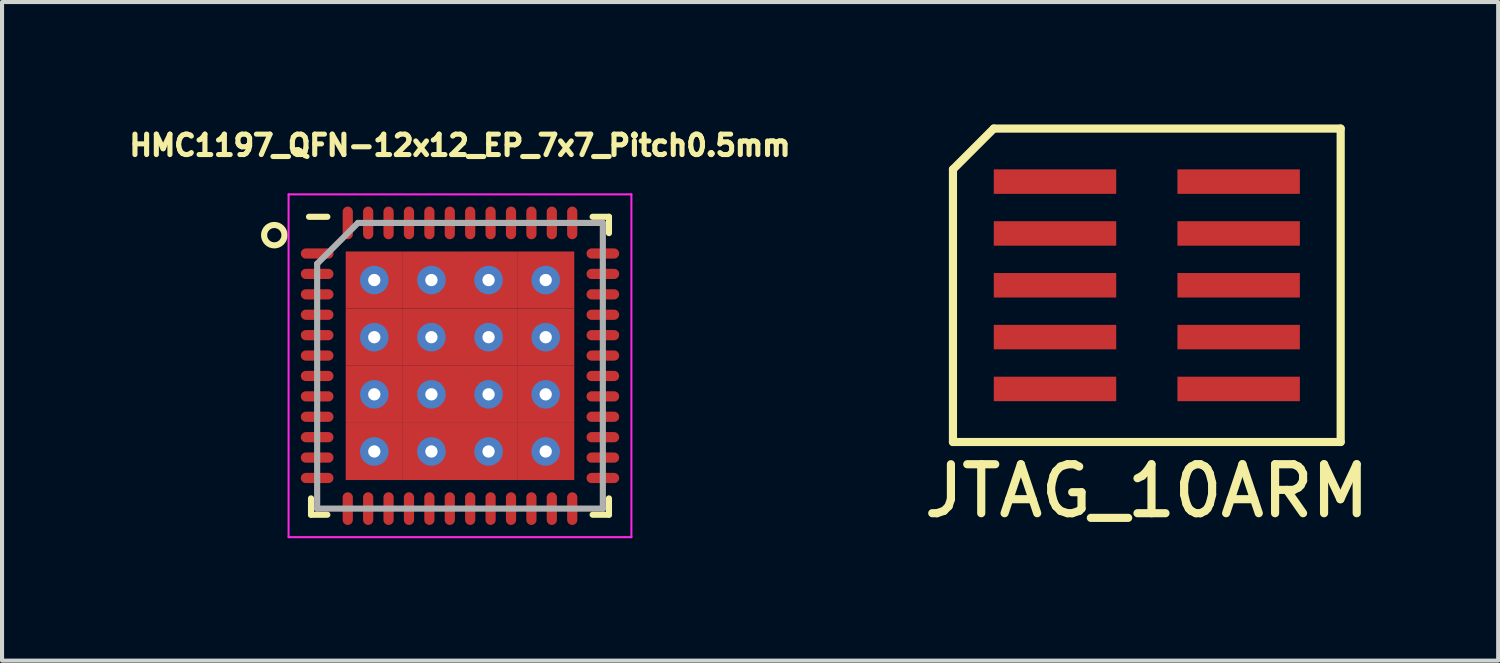
<source format=kicad_pcb>
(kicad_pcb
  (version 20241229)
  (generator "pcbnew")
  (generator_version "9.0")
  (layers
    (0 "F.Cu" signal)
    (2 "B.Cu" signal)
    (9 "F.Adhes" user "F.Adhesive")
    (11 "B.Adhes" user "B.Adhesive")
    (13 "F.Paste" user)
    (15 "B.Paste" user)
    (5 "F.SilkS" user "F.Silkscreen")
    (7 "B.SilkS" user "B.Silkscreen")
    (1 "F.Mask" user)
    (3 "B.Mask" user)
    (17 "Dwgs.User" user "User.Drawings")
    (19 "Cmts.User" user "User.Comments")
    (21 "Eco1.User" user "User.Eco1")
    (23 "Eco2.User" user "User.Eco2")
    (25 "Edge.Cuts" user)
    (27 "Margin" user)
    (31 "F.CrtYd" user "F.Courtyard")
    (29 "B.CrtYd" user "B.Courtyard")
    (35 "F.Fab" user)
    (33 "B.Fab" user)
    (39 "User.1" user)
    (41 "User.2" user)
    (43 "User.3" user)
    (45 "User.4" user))
  (footprint "JTAG_10ARM"
    (layer "F.Cu")
    (at 25.05 3.94)
    (property "Reference" "JTAG_10ARM" (at 0 5.04 0) (layer "F.SilkS") (effects (font (size 1.2 1.2) (thickness 0.2))))
    (attr through_hole)
    (fp_line (start -4.75 -2.84) (end -4.75 3.84) (stroke (width 0.2) (type solid)) (layer "F.SilkS"))
    (fp_line (start -4.75 3.84) (end 4.75 3.84) (stroke (width 0.2) (type solid)) (layer "F.SilkS"))
    (fp_line (start -3.75 -3.84) (end -4.75 -2.84) (stroke (width 0.2) (type solid)) (layer "F.SilkS"))
    (fp_line (start 4.75 -3.84) (end -3.75 -3.84) (stroke (width 0.2) (type solid)) (layer "F.SilkS"))
    (fp_line (start 4.75 3.84) (end 4.75 -3.84) (stroke (width 0.2) (type solid)) (layer "F.SilkS"))
    (pad "1" smd rect (at -2.25 -2.54) (size 3 0.6) (layers "F.Cu" "F.Mask" "F.Paste"))
    (pad "2" smd rect (at 2.25 -2.54) (size 3 0.6) (layers "F.Cu" "F.Mask" "F.Paste"))
    (pad "3" smd rect (at -2.25 -1.27) (size 3 0.6) (layers "F.Cu" "F.Mask" "F.Paste"))
    (pad "4" smd rect (at 2.25 -1.27) (size 3 0.6) (layers "F.Cu" "F.Mask" "F.Paste"))
    (pad "5" smd rect (at -2.25 0) (size 3 0.6) (layers "F.Cu" "F.Mask" "F.Paste"))
    (pad "6" smd rect (at 2.25 0) (size 3 0.6) (layers "F.Cu" "F.Mask" "F.Paste"))
    (pad "7" smd rect (at -2.25 1.27) (size 3 0.6) (layers "F.Cu" "F.Mask" "F.Paste"))
    (pad "8" smd rect (at 2.25 1.27) (size 3 0.6) (layers "F.Cu" "F.Mask" "F.Paste"))
    (pad "9" smd rect (at -2.25 2.54) (size 3 0.6) (layers "F.Cu" "F.Mask" "F.Paste"))
    (pad "10" smd rect (at 2.25 2.54) (size 3 0.6) (layers "F.Cu" "F.Mask" "F.Paste")))
  (footprint "HMC1197_QFN-12x12_EP_7x7_Pitch0.5mm"
    (layer "F.Cu")
    (at 8.221 5.912)
    (property "Reference" "HMC1197_QFN-12x12_EP_7x7_Pitch0.5mm" (at 0 -5.4 0) (layer "F.SilkS") (effects (font (size 0.5 0.5) (thickness 0.125))))
    (attr smd)
    (fp_line (start -3.65 3.65) (end -3.65 3.25) (stroke (width 0.15) (type solid)) (layer "F.SilkS"))
    (fp_line (start -3.25 -3.65) (end -3.7 -3.65) (stroke (width 0.15) (type solid)) (layer "F.SilkS"))
    (fp_line (start -3.25 3.65) (end -3.65 3.65) (stroke (width 0.15) (type solid)) (layer "F.SilkS"))
    (fp_line (start 3.25 -3.65) (end 3.65 -3.65) (stroke (width 0.15) (type solid)) (layer "F.SilkS"))
    (fp_line (start 3.25 3.65) (end 3.65 3.65) (stroke (width 0.15) (type solid)) (layer "F.SilkS"))
    (fp_line (start 3.65 -3.65) (end 3.65 -3.25) (stroke (width 0.15) (type solid)) (layer "F.SilkS"))
    (fp_line (start 3.65 3.65) (end 3.65 3.25) (stroke (width 0.15) (type solid)) (layer "F.SilkS"))
    (fp_circle (center -4.55 -3.2) (end -4.55 -2.95) (stroke (width 0.15) (type solid)) (fill no) (layer "F.SilkS"))
    (fp_line (start -4.2 -4.2) (end 4.2 -4.2) (stroke (width 0.05) (type solid)) (layer "F.CrtYd"))
    (fp_line (start -4.2 4.2) (end -4.2 -4.2) (stroke (width 0.05) (type solid)) (layer "F.CrtYd"))
    (fp_line (start 4.2 -4.2) (end 4.2 4.2) (stroke (width 0.05) (type solid)) (layer "F.CrtYd"))
    (fp_line (start 4.2 4.2) (end -4.2 4.2) (stroke (width 0.05) (type solid)) (layer "F.CrtYd"))
    (fp_line (start -3.5 -2.5) (end -3.5 3.5) (stroke (width 0.15) (type solid)) (layer "F.Fab"))
    (fp_line (start -3.5 3.5) (end 3.5 3.5) (stroke (width 0.15) (type solid)) (layer "F.Fab"))
    (fp_line (start -2.5 -3.5) (end -3.5 -2.5) (stroke (width 0.15) (type solid)) (layer "F.Fab"))
    (fp_line (start 3.5 -3.5) (end -2.5 -3.5) (stroke (width 0.15) (type solid)) (layer "F.Fab"))
    (fp_line (start 3.5 3.5) (end 3.5 -3.5) (stroke (width 0.15) (type solid)) (layer "F.Fab"))
    (pad "1" smd oval (at -3.5 -2.75 90) (size 0.25 0.8) (layers "F.Cu" "F.Mask" "F.Paste"))
    (pad "2" smd oval (at -3.5 -2.25 90) (size 0.25 0.8) (layers "F.Cu" "F.Mask" "F.Paste"))
    (pad "3" smd oval (at -3.5 -1.75 90) (size 0.25 0.8) (layers "F.Cu" "F.Mask" "F.Paste"))
    (pad "4" smd oval (at -3.5 -1.25 90) (size 0.25 0.8) (layers "F.Cu" "F.Mask" "F.Paste"))
    (pad "5" smd oval (at -3.5 -0.75 90) (size 0.25 0.8) (layers "F.Cu" "F.Mask" "F.Paste"))
    (pad "6" smd oval (at -3.5 -0.25 90) (size 0.25 0.8) (layers "F.Cu" "F.Mask" "F.Paste"))
    (pad "7" smd oval (at -3.5 0.25 90) (size 0.25 0.8) (layers "F.Cu" "F.Mask" "F.Paste"))
    (pad "8" smd oval (at -3.5 0.75 90) (size 0.25 0.8) (layers "F.Cu" "F.Mask" "F.Paste"))
    (pad "9" smd oval (at -3.5 1.25 90) (size 0.25 0.8) (layers "F.Cu" "F.Mask" "F.Paste"))
    (pad "10" smd oval (at -3.5 1.75 90) (size 0.25 0.8) (layers "F.Cu" "F.Mask" "F.Paste"))
    (pad "11" smd oval (at -3.5 2.25 90) (size 0.25 0.8) (layers "F.Cu" "F.Mask" "F.Paste"))
    (pad "12" smd oval (at -3.5 2.75 90) (size 0.25 0.8) (layers "F.Cu" "F.Mask" "F.Paste"))
    (pad "13" smd oval (at -2.75 3.5) (size 0.25 0.8) (layers "F.Cu" "F.Mask" "F.Paste"))
    (pad "14" smd oval (at -2.25 3.5) (size 0.25 0.8) (layers "F.Cu" "F.Mask" "F.Paste"))
    (pad "15" smd oval (at -1.75 3.5) (size 0.25 0.8) (layers "F.Cu" "F.Mask" "F.Paste"))
    (pad "16" smd oval (at -1.25 3.5) (size 0.25 0.8) (layers "F.Cu" "F.Mask" "F.Paste"))
    (pad "17" smd oval (at -0.75 3.5) (size 0.25 0.8) (layers "F.Cu" "F.Mask" "F.Paste"))
    (pad "18" smd oval (at -0.25 3.5) (size 0.25 0.8) (layers "F.Cu" "F.Mask" "F.Paste"))
    (pad "19" smd oval (at 0.25 3.5) (size 0.25 0.8) (layers "F.Cu" "F.Mask" "F.Paste"))
    (pad "20" smd oval (at 0.75 3.5) (size 0.25 0.8) (layers "F.Cu" "F.Mask" "F.Paste"))
    (pad "21" smd oval (at 1.25 3.5) (size 0.25 0.8) (layers "F.Cu" "F.Mask" "F.Paste"))
    (pad "22" smd oval (at 1.75 3.5) (size 0.25 0.8) (layers "F.Cu" "F.Mask" "F.Paste"))
    (pad "23" smd oval (at 2.25 3.5) (size 0.25 0.8) (layers "F.Cu" "F.Mask" "F.Paste"))
    (pad "24" smd oval (at 2.75 3.5) (size 0.25 0.8) (layers "F.Cu" "F.Mask" "F.Paste"))
    (pad "25" smd oval (at 3.5 2.75 90) (size 0.25 0.8) (layers "F.Cu" "F.Mask" "F.Paste"))
    (pad "26" smd oval (at 3.5 2.25 90) (size 0.25 0.8) (layers "F.Cu" "F.Mask" "F.Paste"))
    (pad "27" smd oval (at 3.5 1.75 90) (size 0.25 0.8) (layers "F.Cu" "F.Mask" "F.Paste"))
    (pad "28" smd oval (at 3.5 1.25 90) (size 0.25 0.8) (layers "F.Cu" "F.Mask" "F.Paste"))
    (pad "29" smd oval (at 3.5 0.75 90) (size 0.25 0.8) (layers "F.Cu" "F.Mask" "F.Paste"))
    (pad "30" smd oval (at 3.5 0.25 90) (size 0.25 0.8) (layers "F.Cu" "F.Mask" "F.Paste"))
    (pad "31" smd oval (at 3.5 -0.25 90) (size 0.25 0.8) (layers "F.Cu" "F.Mask" "F.Paste"))
    (pad "32" smd oval (at 3.5 -0.75 90) (size 0.25 0.8) (layers "F.Cu" "F.Mask" "F.Paste"))
    (pad "33" smd oval (at 3.5 -1.25 90) (size 0.25 0.8) (layers "F.Cu" "F.Mask" "F.Paste"))
    (pad "34" smd oval (at 3.5 -1.75 90) (size 0.25 0.8) (layers "F.Cu" "F.Mask" "F.Paste"))
    (pad "35" smd oval (at 3.5 -2.25 90) (size 0.25 0.8) (layers "F.Cu" "F.Mask" "F.Paste"))
    (pad "36" smd oval (at 3.5 -2.75 90) (size 0.25 0.8) (layers "F.Cu" "F.Mask" "F.Paste"))
    (pad "37" smd oval (at 2.75 -3.5) (size 0.25 0.8) (layers "F.Cu" "F.Mask" "F.Paste"))
    (pad "38" smd oval (at 2.25 -3.5) (size 0.25 0.8) (layers "F.Cu" "F.Mask" "F.Paste"))
    (pad "39" smd oval (at 1.75 -3.5) (size 0.25 0.8) (layers "F.Cu" "F.Mask" "F.Paste"))
    (pad "40" smd oval (at 1.25 -3.5) (size 0.25 0.8) (layers "F.Cu" "F.Mask" "F.Paste"))
    (pad "41" smd oval (at 0.75 -3.5) (size 0.25 0.8) (layers "F.Cu" "F.Mask" "F.Paste"))
    (pad "42" smd oval (at 0.25 -3.5) (size 0.25 0.8) (layers "F.Cu" "F.Mask" "F.Paste"))
    (pad "43" smd oval (at -0.25 -3.5) (size 0.25 0.8) (layers "F.Cu" "F.Mask" "F.Paste"))
    (pad "44" smd oval (at -0.75 -3.5) (size 0.25 0.8) (layers "F.Cu" "F.Mask" "F.Paste"))
    (pad "45" smd oval (at -1.25 -3.5) (size 0.25 0.8) (layers "F.Cu" "F.Mask" "F.Paste"))
    (pad "46" smd oval (at -1.75 -3.5) (size 0.25 0.8) (layers "F.Cu" "F.Mask" "F.Paste"))
    (pad "47" smd oval (at -2.25 -3.5) (size 0.25 0.8) (layers "F.Cu" "F.Mask" "F.Paste"))
    (pad "48" smd oval (at -2.75 -3.5) (size 0.25 0.8) (layers "F.Cu" "F.Mask" "F.Paste"))
    (pad "49" thru_hole circle (at -2.1 -2.1) (size 0.7 0.7) (drill 0.3) (layers "*.Cu" "*.Mask"))
    (pad "49" smd rect (at -2.1 -2.1) (size 1.4 1.4) (layers "F.Cu" "F.Mask" "F.Paste"))
    (pad "49" thru_hole circle (at -2.1 -0.7) (size 0.7 0.7) (drill 0.3) (layers "*.Cu" "*.Mask"))
    (pad "49" smd rect (at -2.1 -0.7) (size 1.4 1.4) (layers "F.Cu" "F.Mask" "F.Paste"))
    (pad "49" thru_hole circle (at -2.1 0.7) (size 0.7 0.7) (drill 0.3) (layers "*.Cu" "*.Mask"))
    (pad "49" smd rect (at -2.1 0.7) (size 1.4 1.4) (layers "F.Cu" "F.Mask" "F.Paste"))
    (pad "49" thru_hole circle (at -2.1 2.1) (size 0.7 0.7) (drill 0.3) (layers "*.Cu" "*.Mask"))
    (pad "49" smd rect (at -2.1 2.1) (size 1.4 1.4) (layers "F.Cu" "F.Mask" "F.Paste"))
    (pad "49" thru_hole circle (at -0.7 -2.1) (size 0.7 0.7) (drill 0.3) (layers "*.Cu" "*.Mask"))
    (pad "49" smd rect (at -0.7 -2.1) (size 1.4 1.4) (layers "F.Cu" "F.Mask" "F.Paste"))
    (pad "49" thru_hole circle (at -0.7 -0.7) (size 0.7 0.7) (drill 0.3) (layers "*.Cu" "*.Mask"))
    (pad "49" smd rect (at -0.7 -0.7) (size 1.4 1.4) (layers "F.Cu" "F.Mask" "F.Paste"))
    (pad "49" thru_hole circle (at -0.7 0.7) (size 0.7 0.7) (drill 0.3) (layers "*.Cu" "*.Mask"))
    (pad "49" smd rect (at -0.7 0.7) (size 1.4 1.4) (layers "F.Cu" "F.Mask" "F.Paste"))
    (pad "49" thru_hole circle (at -0.7 2.1) (size 0.7 0.7) (drill 0.3) (layers "*.Cu" "*.Mask"))
    (pad "49" smd rect (at -0.7 2.1) (size 1.4 1.4) (layers "F.Cu" "F.Mask" "F.Paste"))
    (pad "49" thru_hole circle (at 0.7 -2.1) (size 0.7 0.7) (drill 0.3) (layers "*.Cu" "*.Mask"))
    (pad "49" smd rect (at 0.7 -2.1) (size 1.4 1.4) (layers "F.Cu" "F.Mask" "F.Paste"))
    (pad "49" thru_hole circle (at 0.7 -0.7) (size 0.7 0.7) (drill 0.3) (layers "*.Cu" "*.Mask"))
    (pad "49" smd rect (at 0.7 -0.7) (size 1.4 1.4) (layers "F.Cu" "F.Mask" "F.Paste"))
    (pad "49" thru_hole circle (at 0.7 0.7) (size 0.7 0.7) (drill 0.3) (layers "*.Cu" "*.Mask"))
    (pad "49" smd rect (at 0.7 0.7) (size 1.4 1.4) (layers "F.Cu" "F.Mask" "F.Paste"))
    (pad "49" thru_hole circle (at 0.7 2.1) (size 0.7 0.7) (drill 0.3) (layers "*.Cu" "*.Mask"))
    (pad "49" smd rect (at 0.7 2.1) (size 1.4 1.4) (layers "F.Cu" "F.Mask" "F.Paste"))
    (pad "49" thru_hole circle (at 2.1 -2.1) (size 0.7 0.7) (drill 0.3) (layers "*.Cu" "*.Mask"))
    (pad "49" smd rect (at 2.1 -2.1) (size 1.4 1.4) (layers "F.Cu" "F.Mask" "F.Paste"))
    (pad "49" thru_hole circle (at 2.1 -0.7) (size 0.7 0.7) (drill 0.3) (layers "*.Cu" "*.Mask"))
    (pad "49" smd rect (at 2.1 -0.7) (size 1.4 1.4) (layers "F.Cu" "F.Mask" "F.Paste"))
    (pad "49" thru_hole circle (at 2.1 0.7) (size 0.7 0.7) (drill 0.3) (layers "*.Cu" "*.Mask"))
    (pad "49" smd rect (at 2.1 0.7) (size 1.4 1.4) (layers "F.Cu" "F.Mask" "F.Paste"))
    (pad "49" thru_hole circle (at 2.1 2.1) (size 0.7 0.7) (drill 0.3) (layers "*.Cu" "*.Mask"))
    (pad "49" smd rect (at 2.1 2.1) (size 1.4 1.4) (layers "F.Cu" "F.Mask" "F.Paste")))
  (gr_rect
    (start -3 -3)
    (end 33.659 13.137)
    (stroke (width 0.1) (type default))
    (fill no)
    (layer "Edge.Cuts")))
</source>
